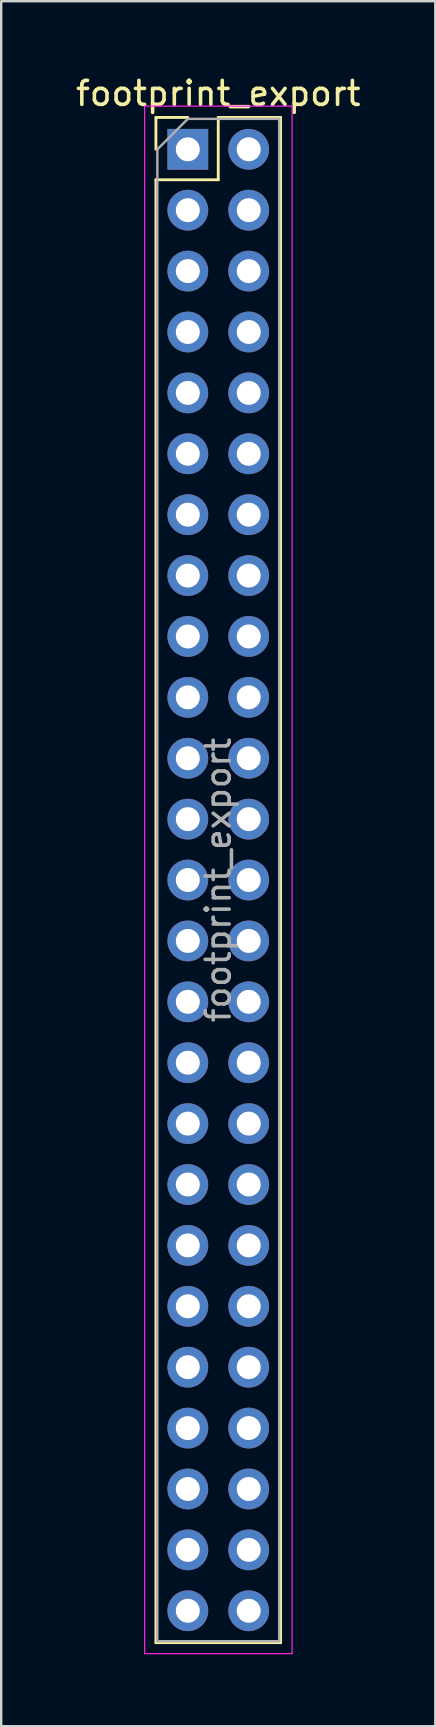
<source format=kicad_pcb>
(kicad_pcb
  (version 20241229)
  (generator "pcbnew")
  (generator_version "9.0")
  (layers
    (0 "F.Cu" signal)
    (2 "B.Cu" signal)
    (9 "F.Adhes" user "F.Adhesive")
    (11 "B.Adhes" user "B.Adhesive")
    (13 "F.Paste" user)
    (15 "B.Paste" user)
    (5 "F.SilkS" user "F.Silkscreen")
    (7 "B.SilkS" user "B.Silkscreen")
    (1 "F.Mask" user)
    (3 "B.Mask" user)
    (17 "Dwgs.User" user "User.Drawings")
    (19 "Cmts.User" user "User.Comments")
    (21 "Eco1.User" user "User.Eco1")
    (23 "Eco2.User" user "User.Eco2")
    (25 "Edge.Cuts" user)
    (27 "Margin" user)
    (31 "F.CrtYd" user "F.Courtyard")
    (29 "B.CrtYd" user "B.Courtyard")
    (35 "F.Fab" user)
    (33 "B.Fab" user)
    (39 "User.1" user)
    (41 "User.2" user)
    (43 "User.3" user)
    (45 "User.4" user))
  (footprint "footprint_export"
    (layer "F.Cu")
    (at 4.784 3.178)
    (property "Reference" "footprint_export" (at 1.27 -2.33 0) (layer "F.SilkS") (effects (font (size 1 1) (thickness 0.15))))
    (attr through_hole)
    (fp_line (start -1.33 -1.33) (end 0 -1.33) (stroke (width 0.12) (type solid)) (layer "F.SilkS"))
    (fp_line (start -1.33 0) (end -1.33 -1.33) (stroke (width 0.12) (type solid)) (layer "F.SilkS"))
    (fp_line (start -1.33 1.27) (end -1.33 62.29) (stroke (width 0.12) (type solid)) (layer "F.SilkS"))
    (fp_line (start -1.33 1.27) (end 1.27 1.27) (stroke (width 0.12) (type solid)) (layer "F.SilkS"))
    (fp_line (start -1.33 62.29) (end 3.87 62.29) (stroke (width 0.12) (type solid)) (layer "F.SilkS"))
    (fp_line (start 1.27 -1.33) (end 3.87 -1.33) (stroke (width 0.12) (type solid)) (layer "F.SilkS"))
    (fp_line (start 1.27 1.27) (end 1.27 -1.33) (stroke (width 0.12) (type solid)) (layer "F.SilkS"))
    (fp_line (start 3.87 -1.33) (end 3.87 62.29) (stroke (width 0.12) (type solid)) (layer "F.SilkS"))
    (fp_line (start -1.8 -1.8) (end -1.8 62.75) (stroke (width 0.05) (type solid)) (layer "F.CrtYd"))
    (fp_line (start -1.8 62.75) (end 4.35 62.75) (stroke (width 0.05) (type solid)) (layer "F.CrtYd"))
    (fp_line (start 4.35 -1.8) (end -1.8 -1.8) (stroke (width 0.05) (type solid)) (layer "F.CrtYd"))
    (fp_line (start 4.35 62.75) (end 4.35 -1.8) (stroke (width 0.05) (type solid)) (layer "F.CrtYd"))
    (fp_line (start -1.27 0) (end 0 -1.27) (stroke (width 0.1) (type solid)) (layer "F.Fab"))
    (fp_line (start -1.27 62.23) (end -1.27 0) (stroke (width 0.1) (type solid)) (layer "F.Fab"))
    (fp_line (start 0 -1.27) (end 3.81 -1.27) (stroke (width 0.1) (type solid)) (layer "F.Fab"))
    (fp_line (start 3.81 -1.27) (end 3.81 62.23) (stroke (width 0.1) (type solid)) (layer "F.Fab"))
    (fp_line (start 3.81 62.23) (end -1.27 62.23) (stroke (width 0.1) (type solid)) (layer "F.Fab"))
    (fp_text user "${REFERENCE}" (at 1.27 30.48 90) (layer "F.Fab") (effects (font (size 1 1) (thickness 0.15))))
    (pad "1" thru_hole rect (at 0 0) (size 1.7 1.7) (drill 1) (layers "*.Cu" "*.Mask"))
    (pad "2" thru_hole oval (at 2.54 0) (size 1.7 1.7) (drill 1) (layers "*.Cu" "*.Mask"))
    (pad "3" thru_hole oval (at 0 2.54) (size 1.7 1.7) (drill 1) (layers "*.Cu" "*.Mask"))
    (pad "4" thru_hole oval (at 2.54 2.54) (size 1.7 1.7) (drill 1) (layers "*.Cu" "*.Mask"))
    (pad "5" thru_hole oval (at 0 5.08) (size 1.7 1.7) (drill 1) (layers "*.Cu" "*.Mask"))
    (pad "6" thru_hole oval (at 2.54 5.08) (size 1.7 1.7) (drill 1) (layers "*.Cu" "*.Mask"))
    (pad "7" thru_hole oval (at 0 7.62) (size 1.7 1.7) (drill 1) (layers "*.Cu" "*.Mask"))
    (pad "8" thru_hole oval (at 2.54 7.62) (size 1.7 1.7) (drill 1) (layers "*.Cu" "*.Mask"))
    (pad "9" thru_hole oval (at 0 10.16) (size 1.7 1.7) (drill 1) (layers "*.Cu" "*.Mask"))
    (pad "10" thru_hole oval (at 2.54 10.16) (size 1.7 1.7) (drill 1) (layers "*.Cu" "*.Mask"))
    (pad "11" thru_hole oval (at 0 12.7) (size 1.7 1.7) (drill 1) (layers "*.Cu" "*.Mask"))
    (pad "12" thru_hole oval (at 2.54 12.7) (size 1.7 1.7) (drill 1) (layers "*.Cu" "*.Mask"))
    (pad "13" thru_hole oval (at 0 15.24) (size 1.7 1.7) (drill 1) (layers "*.Cu" "*.Mask"))
    (pad "14" thru_hole oval (at 2.54 15.24) (size 1.7 1.7) (drill 1) (layers "*.Cu" "*.Mask"))
    (pad "15" thru_hole oval (at 0 17.78) (size 1.7 1.7) (drill 1) (layers "*.Cu" "*.Mask"))
    (pad "16" thru_hole oval (at 2.54 17.78) (size 1.7 1.7) (drill 1) (layers "*.Cu" "*.Mask"))
    (pad "17" thru_hole oval (at 0 20.32) (size 1.7 1.7) (drill 1) (layers "*.Cu" "*.Mask"))
    (pad "18" thru_hole oval (at 2.54 20.32) (size 1.7 1.7) (drill 1) (layers "*.Cu" "*.Mask"))
    (pad "19" thru_hole oval (at 0 22.86) (size 1.7 1.7) (drill 1) (layers "*.Cu" "*.Mask"))
    (pad "20" thru_hole oval (at 2.54 22.86) (size 1.7 1.7) (drill 1) (layers "*.Cu" "*.Mask"))
    (pad "21" thru_hole oval (at 0 25.4) (size 1.7 1.7) (drill 1) (layers "*.Cu" "*.Mask"))
    (pad "22" thru_hole oval (at 2.54 25.4) (size 1.7 1.7) (drill 1) (layers "*.Cu" "*.Mask"))
    (pad "23" thru_hole oval (at 0 27.94) (size 1.7 1.7) (drill 1) (layers "*.Cu" "*.Mask"))
    (pad "24" thru_hole oval (at 2.54 27.94) (size 1.7 1.7) (drill 1) (layers "*.Cu" "*.Mask"))
    (pad "25" thru_hole oval (at 0 30.48) (size 1.7 1.7) (drill 1) (layers "*.Cu" "*.Mask"))
    (pad "26" thru_hole oval (at 2.54 30.48) (size 1.7 1.7) (drill 1) (layers "*.Cu" "*.Mask"))
    (pad "27" thru_hole oval (at 0 33.02) (size 1.7 1.7) (drill 1) (layers "*.Cu" "*.Mask"))
    (pad "28" thru_hole oval (at 2.54 33.02) (size 1.7 1.7) (drill 1) (layers "*.Cu" "*.Mask"))
    (pad "29" thru_hole oval (at 0 35.56) (size 1.7 1.7) (drill 1) (layers "*.Cu" "*.Mask"))
    (pad "30" thru_hole oval (at 2.54 35.56) (size 1.7 1.7) (drill 1) (layers "*.Cu" "*.Mask"))
    (pad "31" thru_hole oval (at 0 38.1) (size 1.7 1.7) (drill 1) (layers "*.Cu" "*.Mask"))
    (pad "32" thru_hole oval (at 2.54 38.1) (size 1.7 1.7) (drill 1) (layers "*.Cu" "*.Mask"))
    (pad "33" thru_hole oval (at 0 40.64) (size 1.7 1.7) (drill 1) (layers "*.Cu" "*.Mask"))
    (pad "34" thru_hole oval (at 2.54 40.64) (size 1.7 1.7) (drill 1) (layers "*.Cu" "*.Mask"))
    (pad "35" thru_hole oval (at 0 43.18) (size 1.7 1.7) (drill 1) (layers "*.Cu" "*.Mask"))
    (pad "36" thru_hole oval (at 2.54 43.18) (size 1.7 1.7) (drill 1) (layers "*.Cu" "*.Mask"))
    (pad "37" thru_hole oval (at 0 45.72) (size 1.7 1.7) (drill 1) (layers "*.Cu" "*.Mask"))
    (pad "38" thru_hole oval (at 2.54 45.72) (size 1.7 1.7) (drill 1) (layers "*.Cu" "*.Mask"))
    (pad "39" thru_hole oval (at 0 48.26) (size 1.7 1.7) (drill 1) (layers "*.Cu" "*.Mask"))
    (pad "40" thru_hole oval (at 2.54 48.26) (size 1.7 1.7) (drill 1) (layers "*.Cu" "*.Mask"))
    (pad "41" thru_hole oval (at 0 50.8) (size 1.7 1.7) (drill 1) (layers "*.Cu" "*.Mask"))
    (pad "42" thru_hole oval (at 2.54 50.8) (size 1.7 1.7) (drill 1) (layers "*.Cu" "*.Mask"))
    (pad "43" thru_hole oval (at 0 53.34) (size 1.7 1.7) (drill 1) (layers "*.Cu" "*.Mask"))
    (pad "44" thru_hole oval (at 2.54 53.34) (size 1.7 1.7) (drill 1) (layers "*.Cu" "*.Mask"))
    (pad "45" thru_hole oval (at 0 55.88) (size 1.7 1.7) (drill 1) (layers "*.Cu" "*.Mask"))
    (pad "46" thru_hole oval (at 2.54 55.88) (size 1.7 1.7) (drill 1) (layers "*.Cu" "*.Mask"))
    (pad "47" thru_hole oval (at 0 58.42) (size 1.7 1.7) (drill 1) (layers "*.Cu" "*.Mask"))
    (pad "48" thru_hole oval (at 2.54 58.42) (size 1.7 1.7) (drill 1) (layers "*.Cu" "*.Mask"))
    (pad "49" thru_hole oval (at 0 60.96) (size 1.7 1.7) (drill 1) (layers "*.Cu" "*.Mask"))
    (pad "50" thru_hole oval (at 2.54 60.96) (size 1.7 1.7) (drill 1) (layers "*.Cu" "*.Mask")))
  (gr_rect
    (start -3 -3)
    (end 15.107 68.953)
    (stroke (width 0.1) (type default))
    (fill no)
    (layer "Edge.Cuts")))
</source>
